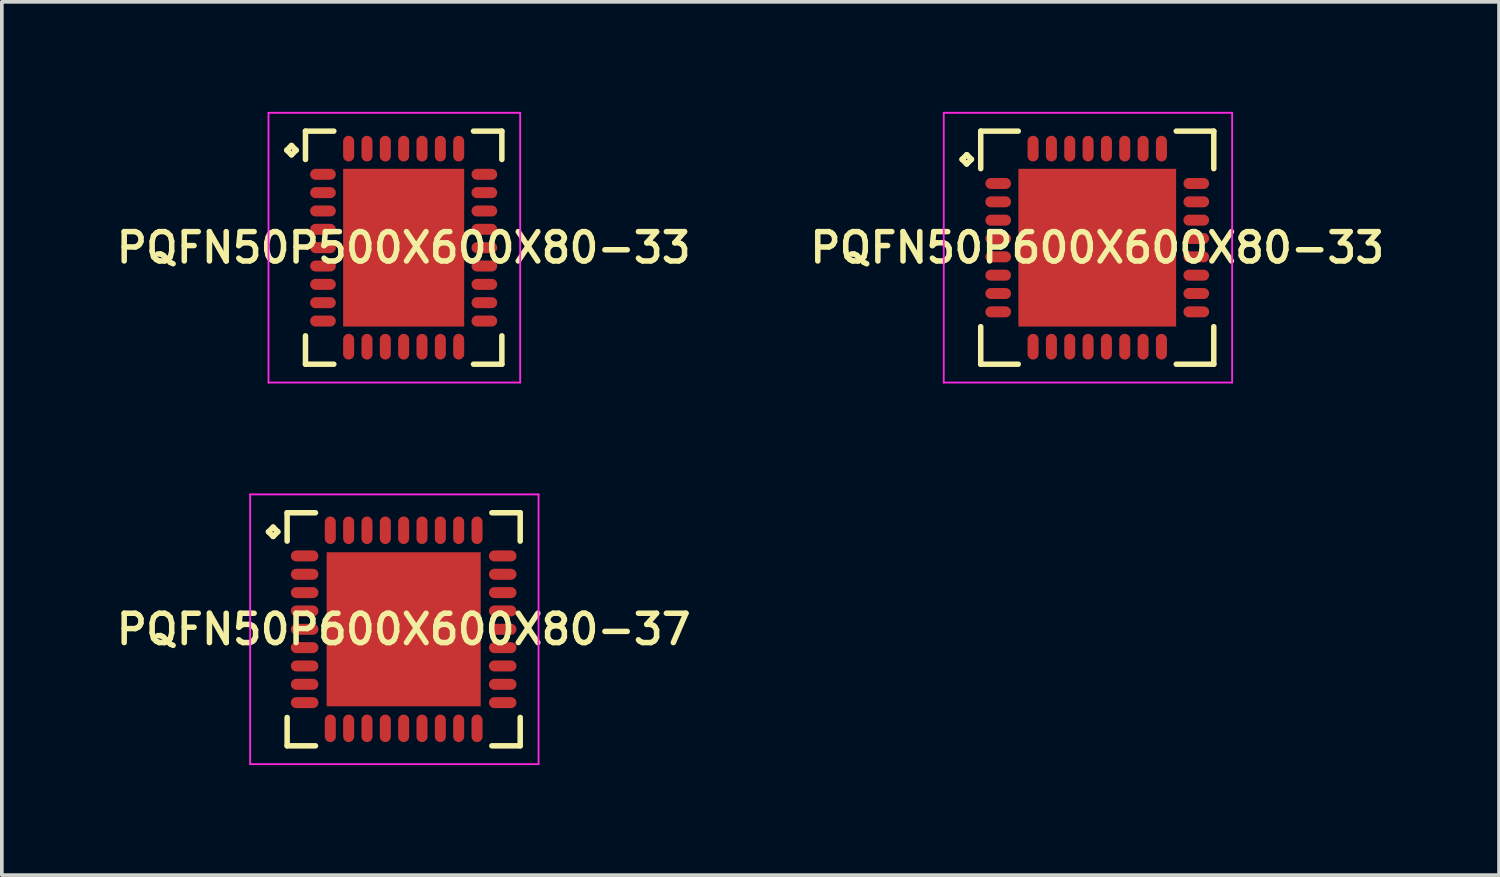
<source format=kicad_pcb>
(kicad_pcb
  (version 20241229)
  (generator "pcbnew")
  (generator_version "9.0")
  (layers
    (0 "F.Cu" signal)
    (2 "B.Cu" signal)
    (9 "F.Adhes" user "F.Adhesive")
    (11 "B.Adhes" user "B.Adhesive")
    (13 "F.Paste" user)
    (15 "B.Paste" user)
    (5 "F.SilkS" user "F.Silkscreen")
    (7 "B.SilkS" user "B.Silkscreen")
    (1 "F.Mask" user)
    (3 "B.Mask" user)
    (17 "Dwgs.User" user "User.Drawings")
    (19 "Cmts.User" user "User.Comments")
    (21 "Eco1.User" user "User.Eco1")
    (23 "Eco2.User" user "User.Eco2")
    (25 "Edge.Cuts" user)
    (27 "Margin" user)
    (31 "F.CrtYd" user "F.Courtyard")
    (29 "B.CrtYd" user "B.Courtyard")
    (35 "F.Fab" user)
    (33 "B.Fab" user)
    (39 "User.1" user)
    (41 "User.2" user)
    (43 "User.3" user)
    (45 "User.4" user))
  (footprint "PQFN50P500X600X80-33"
    (layer "F.Cu")
    (at 7.955 3.702)
    (property "Reference" "PQFN50P500X600X80-33" (at 0 0 0) (layer "F.SilkS") (effects (font (size 0.8 0.8) (thickness 0.15))))
    (attr smd)
    (fp_line (start -3.185 -2.658) (end -3.058 -2.785) (stroke (width 0.15) (type solid)) (layer "F.SilkS"))
    (fp_line (start -3.058 -2.785) (end -2.931 -2.658) (stroke (width 0.15) (type solid)) (layer "F.SilkS"))
    (fp_line (start -3.058 -2.531) (end -3.185 -2.658) (stroke (width 0.15) (type solid)) (layer "F.SilkS"))
    (fp_line (start -2.931 -2.658) (end -3.058 -2.531) (stroke (width 0.15) (type solid)) (layer "F.SilkS"))
    (fp_line (start -2.677 -3.177) (end -1.904 -3.177) (stroke (width 0.15) (type solid)) (layer "F.SilkS"))
    (fp_line (start -2.677 -2.404) (end -2.677 -3.177) (stroke (width 0.15) (type solid)) (layer "F.SilkS"))
    (fp_line (start -2.677 2.404) (end -2.677 3.177) (stroke (width 0.15) (type solid)) (layer "F.SilkS"))
    (fp_line (start -2.677 3.177) (end -1.904 3.177) (stroke (width 0.15) (type solid)) (layer "F.SilkS"))
    (fp_line (start 1.904 -3.177) (end 2.677 -3.177) (stroke (width 0.15) (type solid)) (layer "F.SilkS"))
    (fp_line (start 1.904 3.177) (end 2.677 3.177) (stroke (width 0.15) (type solid)) (layer "F.SilkS"))
    (fp_line (start 2.677 -3.177) (end 2.677 -2.404) (stroke (width 0.15) (type solid)) (layer "F.SilkS"))
    (fp_line (start 2.677 3.177) (end 2.677 2.404) (stroke (width 0.15) (type solid)) (layer "F.SilkS"))
    (fp_line (start -3.685 -3.677) (end 3.177 -3.677) (stroke (width 0.05) (type solid)) (layer "F.CrtYd"))
    (fp_line (start -3.685 3.677) (end -3.685 -3.677) (stroke (width 0.05) (type solid)) (layer "F.CrtYd"))
    (fp_line (start 3.177 -3.677) (end 3.177 3.677) (stroke (width 0.05) (type solid)) (layer "F.CrtYd"))
    (fp_line (start 3.177 3.677) (end -3.685 3.677) (stroke (width 0.05) (type solid)) (layer "F.CrtYd"))
    (pad "1" smd oval (at -2.2 -2) (size 0.7 0.3) (layers "F.Cu" "F.Mask" "F.Paste"))
    (pad "2" smd oval (at -2.2 -1.5) (size 0.7 0.3) (layers "F.Cu" "F.Mask" "F.Paste"))
    (pad "3" smd oval (at -2.2 -1) (size 0.7 0.3) (layers "F.Cu" "F.Mask" "F.Paste"))
    (pad "4" smd oval (at -2.2 -0.5) (size 0.7 0.3) (layers "F.Cu" "F.Mask" "F.Paste"))
    (pad "5" smd oval (at -2.2 0) (size 0.7 0.3) (layers "F.Cu" "F.Mask" "F.Paste"))
    (pad "6" smd oval (at -2.2 0.5) (size 0.7 0.3) (layers "F.Cu" "F.Mask" "F.Paste"))
    (pad "7" smd oval (at -2.2 1) (size 0.7 0.3) (layers "F.Cu" "F.Mask" "F.Paste"))
    (pad "8" smd oval (at -2.2 1.5) (size 0.7 0.3) (layers "F.Cu" "F.Mask" "F.Paste"))
    (pad "9" smd oval (at -2.2 2) (size 0.7 0.3) (layers "F.Cu" "F.Mask" "F.Paste"))
    (pad "10" smd oval (at -1.5 2.7) (size 0.3 0.7) (layers "F.Cu" "F.Mask" "F.Paste"))
    (pad "11" smd oval (at -1 2.7) (size 0.3 0.7) (layers "F.Cu" "F.Mask" "F.Paste"))
    (pad "12" smd oval (at -0.5 2.7) (size 0.3 0.7) (layers "F.Cu" "F.Mask" "F.Paste"))
    (pad "13" smd oval (at 0 2.7) (size 0.3 0.7) (layers "F.Cu" "F.Mask" "F.Paste"))
    (pad "14" smd oval (at 0.5 2.7) (size 0.3 0.7) (layers "F.Cu" "F.Mask" "F.Paste"))
    (pad "15" smd oval (at 1 2.7) (size 0.3 0.7) (layers "F.Cu" "F.Mask" "F.Paste"))
    (pad "16" smd oval (at 1.5 2.7) (size 0.3 0.7) (layers "F.Cu" "F.Mask" "F.Paste"))
    (pad "17" smd oval (at 2.2 2) (size 0.7 0.3) (layers "F.Cu" "F.Mask" "F.Paste"))
    (pad "18" smd oval (at 2.2 1.5) (size 0.7 0.3) (layers "F.Cu" "F.Mask" "F.Paste"))
    (pad "19" smd oval (at 2.2 1) (size 0.7 0.3) (layers "F.Cu" "F.Mask" "F.Paste"))
    (pad "20" smd oval (at 2.2 0.5) (size 0.7 0.3) (layers "F.Cu" "F.Mask" "F.Paste"))
    (pad "21" smd oval (at 2.2 0) (size 0.7 0.3) (layers "F.Cu" "F.Mask" "F.Paste"))
    (pad "22" smd oval (at 2.2 -0.5) (size 0.7 0.3) (layers "F.Cu" "F.Mask" "F.Paste"))
    (pad "23" smd oval (at 2.2 -1) (size 0.7 0.3) (layers "F.Cu" "F.Mask" "F.Paste"))
    (pad "24" smd oval (at 2.2 -1.5) (size 0.7 0.3) (layers "F.Cu" "F.Mask" "F.Paste"))
    (pad "25" smd oval (at 2.2 -2) (size 0.7 0.3) (layers "F.Cu" "F.Mask" "F.Paste"))
    (pad "26" smd oval (at 1.5 -2.7) (size 0.3 0.7) (layers "F.Cu" "F.Mask" "F.Paste"))
    (pad "27" smd oval (at 1 -2.7) (size 0.3 0.7) (layers "F.Cu" "F.Mask" "F.Paste"))
    (pad "28" smd oval (at 0.5 -2.7) (size 0.3 0.7) (layers "F.Cu" "F.Mask" "F.Paste"))
    (pad "29" smd oval (at 0 -2.7) (size 0.3 0.7) (layers "F.Cu" "F.Mask" "F.Paste"))
    (pad "30" smd oval (at -0.5 -2.7) (size 0.3 0.7) (layers "F.Cu" "F.Mask" "F.Paste"))
    (pad "31" smd oval (at -1 -2.7) (size 0.3 0.7) (layers "F.Cu" "F.Mask" "F.Paste"))
    (pad "32" smd oval (at -1.5 -2.7) (size 0.3 0.7) (layers "F.Cu" "F.Mask" "F.Paste"))
    (pad "33" smd rect (at 0 0) (size 3.3 4.3) (layers "F.Cu" "F.Mask" "F.Paste")))
  (footprint "PQFN50P600X600X80-33"
    (layer "F.Cu")
    (at 26.864 3.702)
    (property "Reference" "PQFN50P600X600X80-33" (at 0 0 0) (layer "F.SilkS") (effects (font (size 0.8 0.8) (thickness 0.15))))
    (attr smd)
    (fp_line (start -3.685 -2.408) (end -3.558 -2.535) (stroke (width 0.15) (type solid)) (layer "F.SilkS"))
    (fp_line (start -3.558 -2.535) (end -3.431 -2.408) (stroke (width 0.15) (type solid)) (layer "F.SilkS"))
    (fp_line (start -3.558 -2.281) (end -3.685 -2.408) (stroke (width 0.15) (type solid)) (layer "F.SilkS"))
    (fp_line (start -3.431 -2.408) (end -3.558 -2.281) (stroke (width 0.15) (type solid)) (layer "F.SilkS"))
    (fp_line (start -3.177 -3.177) (end -2.154 -3.177) (stroke (width 0.15) (type solid)) (layer "F.SilkS"))
    (fp_line (start -3.177 -2.154) (end -3.177 -3.177) (stroke (width 0.15) (type solid)) (layer "F.SilkS"))
    (fp_line (start -3.177 2.154) (end -3.177 3.177) (stroke (width 0.15) (type solid)) (layer "F.SilkS"))
    (fp_line (start -3.177 3.177) (end -2.154 3.177) (stroke (width 0.15) (type solid)) (layer "F.SilkS"))
    (fp_line (start 2.154 -3.177) (end 3.177 -3.177) (stroke (width 0.15) (type solid)) (layer "F.SilkS"))
    (fp_line (start 2.154 3.177) (end 3.177 3.177) (stroke (width 0.15) (type solid)) (layer "F.SilkS"))
    (fp_line (start 3.177 -3.177) (end 3.177 -2.154) (stroke (width 0.15) (type solid)) (layer "F.SilkS"))
    (fp_line (start 3.177 3.177) (end 3.177 2.154) (stroke (width 0.15) (type solid)) (layer "F.SilkS"))
    (fp_line (start -4.185 -3.677) (end 3.677 -3.677) (stroke (width 0.05) (type solid)) (layer "F.CrtYd"))
    (fp_line (start -4.185 3.677) (end -4.185 -3.677) (stroke (width 0.05) (type solid)) (layer "F.CrtYd"))
    (fp_line (start 3.677 -3.677) (end 3.677 3.677) (stroke (width 0.05) (type solid)) (layer "F.CrtYd"))
    (fp_line (start 3.677 3.677) (end -4.185 3.677) (stroke (width 0.05) (type solid)) (layer "F.CrtYd"))
    (pad "1" smd oval (at -2.7 -1.75) (size 0.7 0.3) (layers "F.Cu" "F.Mask" "F.Paste"))
    (pad "2" smd oval (at -2.7 -1.25) (size 0.7 0.3) (layers "F.Cu" "F.Mask" "F.Paste"))
    (pad "3" smd oval (at -2.7 -0.75) (size 0.7 0.3) (layers "F.Cu" "F.Mask" "F.Paste"))
    (pad "4" smd oval (at -2.7 -0.25) (size 0.7 0.3) (layers "F.Cu" "F.Mask" "F.Paste"))
    (pad "5" smd oval (at -2.7 0.25) (size 0.7 0.3) (layers "F.Cu" "F.Mask" "F.Paste"))
    (pad "6" smd oval (at -2.7 0.75) (size 0.7 0.3) (layers "F.Cu" "F.Mask" "F.Paste"))
    (pad "7" smd oval (at -2.7 1.25) (size 0.7 0.3) (layers "F.Cu" "F.Mask" "F.Paste"))
    (pad "8" smd oval (at -2.7 1.75) (size 0.7 0.3) (layers "F.Cu" "F.Mask" "F.Paste"))
    (pad "9" smd oval (at -1.75 2.7) (size 0.3 0.7) (layers "F.Cu" "F.Mask" "F.Paste"))
    (pad "10" smd oval (at -1.25 2.7) (size 0.3 0.7) (layers "F.Cu" "F.Mask" "F.Paste"))
    (pad "11" smd oval (at -0.75 2.7) (size 0.3 0.7) (layers "F.Cu" "F.Mask" "F.Paste"))
    (pad "12" smd oval (at -0.25 2.7) (size 0.3 0.7) (layers "F.Cu" "F.Mask" "F.Paste"))
    (pad "13" smd oval (at 0.25 2.7) (size 0.3 0.7) (layers "F.Cu" "F.Mask" "F.Paste"))
    (pad "14" smd oval (at 0.75 2.7) (size 0.3 0.7) (layers "F.Cu" "F.Mask" "F.Paste"))
    (pad "15" smd oval (at 1.25 2.7) (size 0.3 0.7) (layers "F.Cu" "F.Mask" "F.Paste"))
    (pad "16" smd oval (at 1.75 2.7) (size 0.3 0.7) (layers "F.Cu" "F.Mask" "F.Paste"))
    (pad "17" smd oval (at 2.7 1.75) (size 0.7 0.3) (layers "F.Cu" "F.Mask" "F.Paste"))
    (pad "18" smd oval (at 2.7 1.25) (size 0.7 0.3) (layers "F.Cu" "F.Mask" "F.Paste"))
    (pad "19" smd oval (at 2.7 0.75) (size 0.7 0.3) (layers "F.Cu" "F.Mask" "F.Paste"))
    (pad "20" smd oval (at 2.7 0.25) (size 0.7 0.3) (layers "F.Cu" "F.Mask" "F.Paste"))
    (pad "21" smd oval (at 2.7 -0.25) (size 0.7 0.3) (layers "F.Cu" "F.Mask" "F.Paste"))
    (pad "22" smd oval (at 2.7 -0.75) (size 0.7 0.3) (layers "F.Cu" "F.Mask" "F.Paste"))
    (pad "23" smd oval (at 2.7 -1.25) (size 0.7 0.3) (layers "F.Cu" "F.Mask" "F.Paste"))
    (pad "24" smd oval (at 2.7 -1.75) (size 0.7 0.3) (layers "F.Cu" "F.Mask" "F.Paste"))
    (pad "25" smd oval (at 1.75 -2.7) (size 0.3 0.7) (layers "F.Cu" "F.Mask" "F.Paste"))
    (pad "26" smd oval (at 1.25 -2.7) (size 0.3 0.7) (layers "F.Cu" "F.Mask" "F.Paste"))
    (pad "27" smd oval (at 0.75 -2.7) (size 0.3 0.7) (layers "F.Cu" "F.Mask" "F.Paste"))
    (pad "28" smd oval (at 0.25 -2.7) (size 0.3 0.7) (layers "F.Cu" "F.Mask" "F.Paste"))
    (pad "29" smd oval (at -0.25 -2.7) (size 0.3 0.7) (layers "F.Cu" "F.Mask" "F.Paste"))
    (pad "30" smd oval (at -0.75 -2.7) (size 0.3 0.7) (layers "F.Cu" "F.Mask" "F.Paste"))
    (pad "31" smd oval (at -1.25 -2.7) (size 0.3 0.7) (layers "F.Cu" "F.Mask" "F.Paste"))
    (pad "32" smd oval (at -1.75 -2.7) (size 0.3 0.7) (layers "F.Cu" "F.Mask" "F.Paste"))
    (pad "33" smd rect (at 0 0) (size 4.3 4.3) (layers "F.Cu" "F.Mask" "F.Paste")))
  (footprint "PQFN50P600X600X80-37"
    (layer "F.Cu")
    (at 7.955 14.106)
    (property "Reference" "PQFN50P600X600X80-37" (at 0 0 0) (layer "F.SilkS") (effects (font (size 0.8 0.8) (thickness 0.15))))
    (attr smd)
    (fp_line (start -3.685 -2.658) (end -3.558 -2.785) (stroke (width 0.15) (type solid)) (layer "F.SilkS"))
    (fp_line (start -3.558 -2.785) (end -3.431 -2.658) (stroke (width 0.15) (type solid)) (layer "F.SilkS"))
    (fp_line (start -3.558 -2.531) (end -3.685 -2.658) (stroke (width 0.15) (type solid)) (layer "F.SilkS"))
    (fp_line (start -3.431 -2.658) (end -3.558 -2.531) (stroke (width 0.15) (type solid)) (layer "F.SilkS"))
    (fp_line (start -3.177 -3.177) (end -2.404 -3.177) (stroke (width 0.15) (type solid)) (layer "F.SilkS"))
    (fp_line (start -3.177 -2.404) (end -3.177 -3.177) (stroke (width 0.15) (type solid)) (layer "F.SilkS"))
    (fp_line (start -3.177 2.404) (end -3.177 3.177) (stroke (width 0.15) (type solid)) (layer "F.SilkS"))
    (fp_line (start -3.177 3.177) (end -2.404 3.177) (stroke (width 0.15) (type solid)) (layer "F.SilkS"))
    (fp_line (start 2.404 -3.177) (end 3.177 -3.177) (stroke (width 0.15) (type solid)) (layer "F.SilkS"))
    (fp_line (start 2.404 3.177) (end 3.177 3.177) (stroke (width 0.15) (type solid)) (layer "F.SilkS"))
    (fp_line (start 3.177 -3.177) (end 3.177 -2.404) (stroke (width 0.15) (type solid)) (layer "F.SilkS"))
    (fp_line (start 3.177 3.177) (end 3.177 2.404) (stroke (width 0.15) (type solid)) (layer "F.SilkS"))
    (fp_line (start -4.185 -3.677) (end 3.677 -3.677) (stroke (width 0.05) (type solid)) (layer "F.CrtYd"))
    (fp_line (start -4.185 3.677) (end -4.185 -3.677) (stroke (width 0.05) (type solid)) (layer "F.CrtYd"))
    (fp_line (start 3.677 -3.677) (end 3.677 3.677) (stroke (width 0.05) (type solid)) (layer "F.CrtYd"))
    (fp_line (start 3.677 3.677) (end -4.185 3.677) (stroke (width 0.05) (type solid)) (layer "F.CrtYd"))
    (pad "1" smd oval (at -2.7 -2) (size 0.75 0.3) (layers "F.Cu" "F.Mask" "F.Paste"))
    (pad "2" smd oval (at -2.7 -1.5) (size 0.75 0.3) (layers "F.Cu" "F.Mask" "F.Paste"))
    (pad "3" smd oval (at -2.7 -1) (size 0.75 0.3) (layers "F.Cu" "F.Mask" "F.Paste"))
    (pad "4" smd oval (at -2.7 -0.5) (size 0.75 0.3) (layers "F.Cu" "F.Mask" "F.Paste"))
    (pad "5" smd oval (at -2.7 0) (size 0.75 0.3) (layers "F.Cu" "F.Mask" "F.Paste"))
    (pad "6" smd oval (at -2.7 0.5) (size 0.75 0.3) (layers "F.Cu" "F.Mask" "F.Paste"))
    (pad "7" smd oval (at -2.7 1) (size 0.75 0.3) (layers "F.Cu" "F.Mask" "F.Paste"))
    (pad "8" smd oval (at -2.7 1.5) (size 0.75 0.3) (layers "F.Cu" "F.Mask" "F.Paste"))
    (pad "9" smd oval (at -2.7 2) (size 0.75 0.3) (layers "F.Cu" "F.Mask" "F.Paste"))
    (pad "10" smd oval (at -2 2.7) (size 0.3 0.75) (layers "F.Cu" "F.Mask" "F.Paste"))
    (pad "11" smd oval (at -1.5 2.7) (size 0.3 0.75) (layers "F.Cu" "F.Mask" "F.Paste"))
    (pad "12" smd oval (at -1 2.7) (size 0.3 0.75) (layers "F.Cu" "F.Mask" "F.Paste"))
    (pad "13" smd oval (at -0.5 2.7) (size 0.3 0.75) (layers "F.Cu" "F.Mask" "F.Paste"))
    (pad "14" smd oval (at 0 2.7) (size 0.3 0.75) (layers "F.Cu" "F.Mask" "F.Paste"))
    (pad "15" smd oval (at 0.5 2.7) (size 0.3 0.75) (layers "F.Cu" "F.Mask" "F.Paste"))
    (pad "16" smd oval (at 1 2.7) (size 0.3 0.75) (layers "F.Cu" "F.Mask" "F.Paste"))
    (pad "17" smd oval (at 1.5 2.7) (size 0.3 0.75) (layers "F.Cu" "F.Mask" "F.Paste"))
    (pad "18" smd oval (at 2 2.7) (size 0.3 0.75) (layers "F.Cu" "F.Mask" "F.Paste"))
    (pad "19" smd oval (at 2.7 2) (size 0.75 0.3) (layers "F.Cu" "F.Mask" "F.Paste"))
    (pad "20" smd oval (at 2.7 1.5) (size 0.75 0.3) (layers "F.Cu" "F.Mask" "F.Paste"))
    (pad "21" smd oval (at 2.7 1) (size 0.75 0.3) (layers "F.Cu" "F.Mask" "F.Paste"))
    (pad "22" smd oval (at 2.7 0.5) (size 0.75 0.3) (layers "F.Cu" "F.Mask" "F.Paste"))
    (pad "23" smd oval (at 2.7 0) (size 0.75 0.3) (layers "F.Cu" "F.Mask" "F.Paste"))
    (pad "24" smd oval (at 2.7 -0.5) (size 0.75 0.3) (layers "F.Cu" "F.Mask" "F.Paste"))
    (pad "25" smd oval (at 2.7 -1) (size 0.75 0.3) (layers "F.Cu" "F.Mask" "F.Paste"))
    (pad "26" smd oval (at 2.7 -1.5) (size 0.75 0.3) (layers "F.Cu" "F.Mask" "F.Paste"))
    (pad "27" smd oval (at 2.7 -2) (size 0.75 0.3) (layers "F.Cu" "F.Mask" "F.Paste"))
    (pad "28" smd oval (at 2 -2.7) (size 0.3 0.75) (layers "F.Cu" "F.Mask" "F.Paste"))
    (pad "29" smd oval (at 1.5 -2.7) (size 0.3 0.75) (layers "F.Cu" "F.Mask" "F.Paste"))
    (pad "30" smd oval (at 1 -2.7) (size 0.3 0.75) (layers "F.Cu" "F.Mask" "F.Paste"))
    (pad "31" smd oval (at 0.5 -2.7) (size 0.3 0.75) (layers "F.Cu" "F.Mask" "F.Paste"))
    (pad "32" smd oval (at 0 -2.7) (size 0.3 0.75) (layers "F.Cu" "F.Mask" "F.Paste"))
    (pad "33" smd oval (at -0.5 -2.7) (size 0.3 0.75) (layers "F.Cu" "F.Mask" "F.Paste"))
    (pad "34" smd oval (at -1 -2.7) (size 0.3 0.75) (layers "F.Cu" "F.Mask" "F.Paste"))
    (pad "35" smd oval (at -1.5 -2.7) (size 0.3 0.75) (layers "F.Cu" "F.Mask" "F.Paste"))
    (pad "36" smd oval (at -2 -2.7) (size 0.3 0.75) (layers "F.Cu" "F.Mask" "F.Paste"))
    (pad "37" smd rect (at 0 0) (size 4.2 4.2) (layers "F.Cu" "F.Mask" "F.Paste")))
  (gr_rect
    (start -3 -3)
    (end 37.818 20.808)
    (stroke (width 0.1) (type default))
    (fill no)
    (layer "Edge.Cuts")))
</source>
